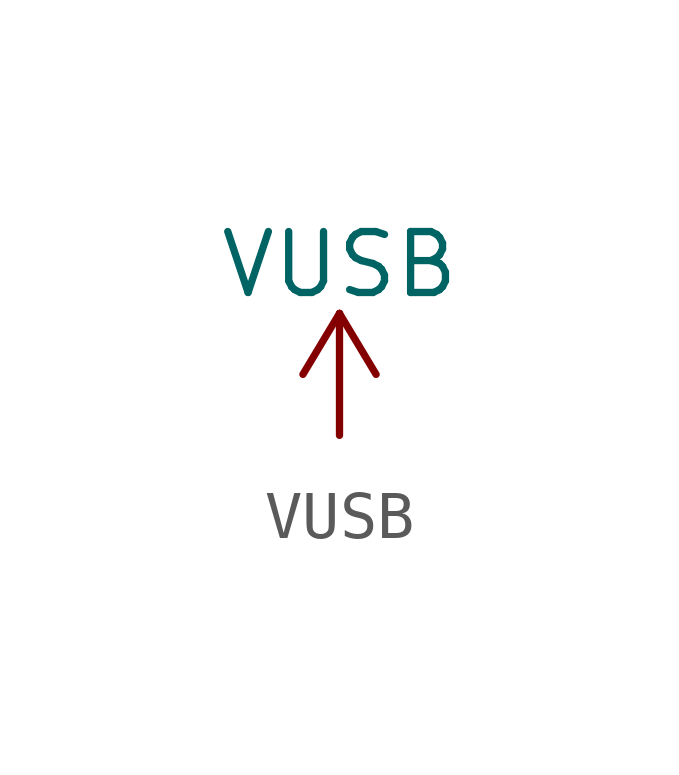
<source format=kicad_sym>
(kicad_symbol_lib
  (version 20211014)
  (generator kicad_symbol_editor)
  (symbol "VUSB"
    (power)
    (pin_names
      (offset 0))
    (property "Reference" "#PWR"
      (at 4.826 -1.524 0)
      (effects (font (size 1.27 1.27)) hide))
    (property "Value" "VUSB"
      (at 0 3.556 0)
      (effects (font (size 1.27 1.27))))
    (symbol "VUSB_0_1"
      (polyline (pts (xy -0.762 1.27) (xy 0 2.54)) (stroke (width 0) (type default) (color 0 0 0 0)) (fill (type none)))
      (polyline (pts (xy 0 0) (xy 0 2.54)) (stroke (width 0) (type default) (color 0 0 0 0)) (fill (type none)))
      (polyline (pts (xy 0 2.54) (xy 0.762 1.27)) (stroke (width 0) (type default) (color 0 0 0 0)) (fill (type none))))
    (symbol "VUSB_1_1"
      (pin power_in line (at 0 0 90) (length 0) hide (name "+3V3" (effects (font (size 1.27 1.27)))) (number "1" (effects (font (size 1.27 1.27))))))))
</source>
